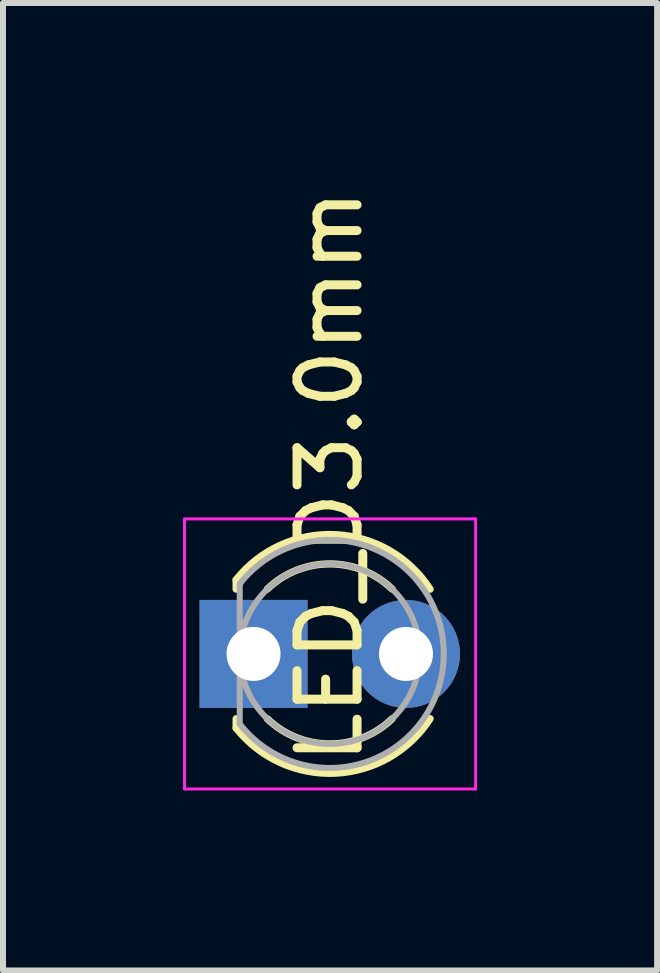
<source format=kicad_pcb>
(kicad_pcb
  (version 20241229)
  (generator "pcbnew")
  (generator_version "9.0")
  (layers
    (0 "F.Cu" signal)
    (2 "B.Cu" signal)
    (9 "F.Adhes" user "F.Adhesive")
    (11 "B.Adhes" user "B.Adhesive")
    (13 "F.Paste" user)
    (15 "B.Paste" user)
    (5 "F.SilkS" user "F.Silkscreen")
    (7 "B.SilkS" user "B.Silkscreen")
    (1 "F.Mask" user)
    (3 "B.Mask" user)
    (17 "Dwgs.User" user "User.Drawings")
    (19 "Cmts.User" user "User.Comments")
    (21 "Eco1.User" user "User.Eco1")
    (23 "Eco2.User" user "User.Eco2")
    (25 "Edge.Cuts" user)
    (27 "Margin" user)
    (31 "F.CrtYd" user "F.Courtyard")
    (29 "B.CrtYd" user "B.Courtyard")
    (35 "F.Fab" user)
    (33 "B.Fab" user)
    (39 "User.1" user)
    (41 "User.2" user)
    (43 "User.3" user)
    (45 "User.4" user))
  (footprint "LED_D3.0mm"
    (layer "F.Cu")
    (at 1.175 7.847)
    (property "Reference" "LED_D3.0mm" (at 1.27 -2.96 90) (layer "F.SilkS") (effects (font (size 1 1) (thickness 0.15))))
    (attr through_hole)
    (fp_line (start -0.29 -1.236) (end -0.29 -1.08) (stroke (width 0.12) (type solid)) (layer "F.SilkS"))
    (fp_line (start -0.29 1.08) (end -0.29 1.236) (stroke (width 0.12) (type solid)) (layer "F.SilkS"))
    (fp_arc (start -0.29 -1.235516) (mid 1.366487 -1.987659) (end 2.942335 -1.078608) (stroke (width 0.12) (type solid)) (layer "F.SilkS"))
    (fp_arc (start 0.229039 -1.08) (mid 1.270117 -1.5) (end 2.31113 -1.079837) (stroke (width 0.12) (type solid)) (layer "F.SilkS"))
    (fp_arc (start 2.31113 1.079837) (mid 1.270117 1.5) (end 0.229039 1.08) (stroke (width 0.12) (type solid)) (layer "F.SilkS"))
    (fp_arc (start 2.942335 1.078608) (mid 1.366487 1.987659) (end -0.29 1.235516) (stroke (width 0.12) (type solid)) (layer "F.SilkS"))
    (fp_line (start -1.15 -2.25) (end -1.15 2.25) (stroke (width 0.05) (type solid)) (layer "F.CrtYd"))
    (fp_line (start -1.15 2.25) (end 3.7 2.25) (stroke (width 0.05) (type solid)) (layer "F.CrtYd"))
    (fp_line (start 3.7 -2.25) (end -1.15 -2.25) (stroke (width 0.05) (type solid)) (layer "F.CrtYd"))
    (fp_line (start 3.7 2.25) (end 3.7 -2.25) (stroke (width 0.05) (type solid)) (layer "F.CrtYd"))
    (fp_line (start -0.23 -1.166) (end -0.23 1.166) (stroke (width 0.1) (type solid)) (layer "F.Fab"))
    (fp_arc (start -0.23 -1.16619) (mid 3.17 0.000452) (end -0.230555 1.165476) (stroke (width 0.1) (type solid)) (layer "F.Fab"))
    (fp_circle (center 1.27 0) (end 2.77 0) (stroke (width 0.1) (type solid)) (fill no) (layer "F.Fab"))
    (pad "1" thru_hole rect (at 0 0) (size 1.8 1.8) (drill 0.9) (layers "*.Cu" "*.Mask"))
    (pad "2" thru_hole circle (at 2.54 0) (size 1.8 1.8) (drill 0.9) (layers "*.Cu" "*.Mask")))
  (gr_rect
    (start -3 -3)
    (end 7.9 13.122)
    (stroke (width 0.1) (type default))
    (fill no)
    (layer "Edge.Cuts")))
</source>
